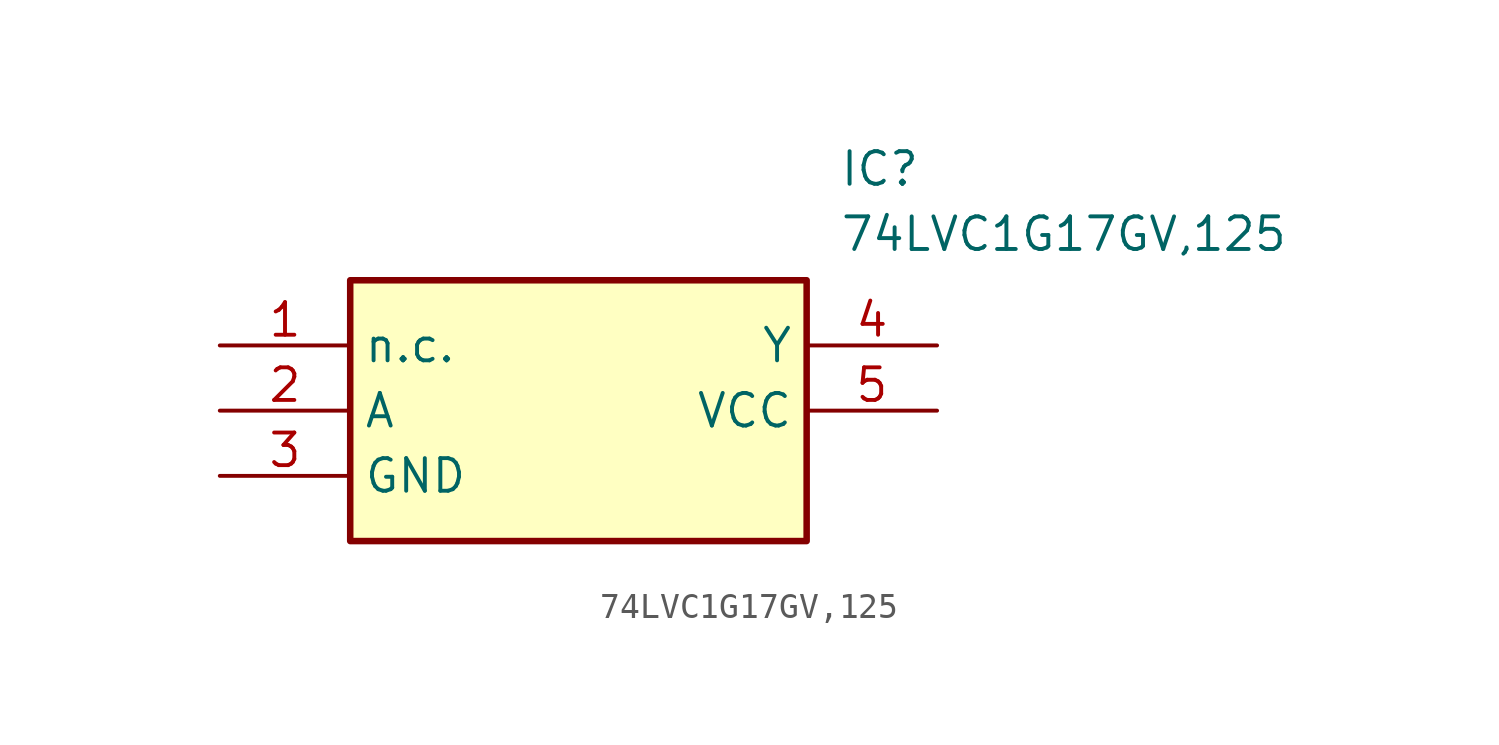
<source format=kicad_sym>
(kicad_symbol_lib
  (version 20211014)
  (generator SamacSys_ECAD_Model)
  (symbol "74LVC1G17GV,125"
    (property "Reference" "IC"
      (at 24.13 7.62 0)
      (effects (font (size 1.27 1.27)) (justify left top)))
    (property "Value" "74LVC1G17GV,125"
      (at 24.13 5.08 0)
      (effects (font (size 1.27 1.27)) (justify left top)))
    (rectangle
      (start 5.08 2.54)
      (end 22.86 -7.62)
      (stroke (width 0.254) (type default))
      (fill (type background)))
    (pin passive line
      (at 0 0 0)
      (length 5.08)
      (name "n.c." (effects (font (size 1.27 1.27))))
      (number "1" (effects (font (size 1.27 1.27)))))
    (pin passive line
      (at 0 -2.54 0)
      (length 5.08)
      (name "A" (effects (font (size 1.27 1.27))))
      (number "2" (effects (font (size 1.27 1.27)))))
    (pin passive line
      (at 0 -5.08 0)
      (length 5.08)
      (name "GND" (effects (font (size 1.27 1.27))))
      (number "3" (effects (font (size 1.27 1.27)))))
    (pin passive line
      (at 27.94 0 180)
      (length 5.08)
      (name "Y" (effects (font (size 1.27 1.27))))
      (number "4" (effects (font (size 1.27 1.27)))))
    (pin passive line
      (at 27.94 -2.54 180)
      (length 5.08)
      (name "VCC" (effects (font (size 1.27 1.27))))
      (number "5" (effects (font (size 1.27 1.27)))))))
</source>
